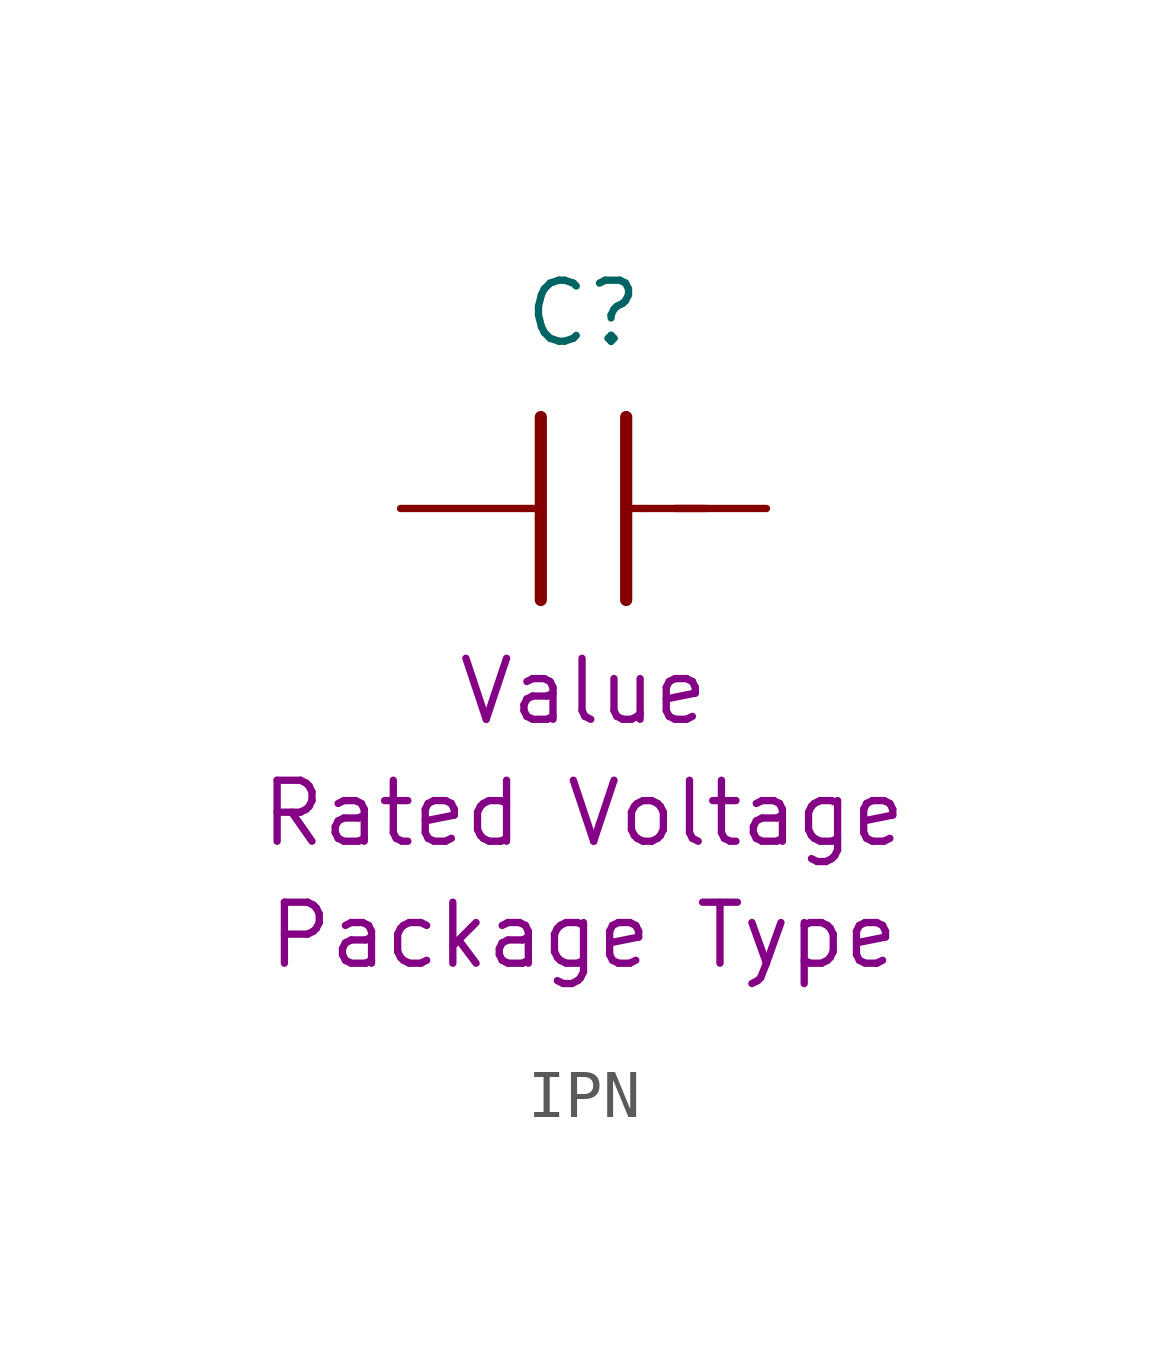
<source format=kicad_sym>
(kicad_symbol_lib
  (version 20211014)
  (generator kicad_symbol_editor)
  (symbol "IPN"
    (pin_numbers hide)
    (pin_names
      (offset 0) hide)
    (property "Reference" "C"
      (at 0 4.064 0)
      (effects (font (size 1.27 1.27))))
    (property "Capacitance (Farad)" "Value"
      (at 0 -3.81 0)
      (effects (font (size 1.27 1.27))))
    (property "Rated Voltage (Volt)" "Rated Voltage"
      (at 0 -6.35 0)
      (effects (font (size 1.27 1.27))))
    (property "Package Type" "Package Type"
      (at 0 -8.89 0)
      (effects (font (size 1.27 1.27))))
    (symbol "IPN_0_1"
      (polyline (pts (xy -1.27 0) (xy -1.016 0)) (stroke (width 0) (type default) (color 0 0 0 0)) (fill (type none)))
      (polyline (pts (xy -0.889 1.905) (xy -0.889 -1.905)) (stroke (width 0.254) (type default) (color 0 0 0 0)) (fill (type none)))
      (polyline (pts (xy 0.889 1.905) (xy 0.889 -1.905)) (stroke (width 0.254) (type default) (color 0 0 0 0)) (fill (type none)))
      (polyline (pts (xy 1.27 0) (xy 1.016 0)) (stroke (width 0) (type default) (color 0 0 0 0)) (fill (type none)))
      (polyline (pts (xy 1.905 0) (xy 2.54 0)) (stroke (width 0) (type default) (color 0 0 0 0)) (fill (type none))))
    (symbol "IPN_1_1"
      (pin passive line (at -3.81 0 0) (length 2.54) (name "1" (effects (font (size 1.27 1.27)))) (number "1" (effects (font (size 1.27 1.27)))))
      (pin passive line (at 3.81 0 180) (length 2.54) (name "2" (effects (font (size 1.27 1.27)))) (number "2" (effects (font (size 1.27 1.27))))))))
</source>
